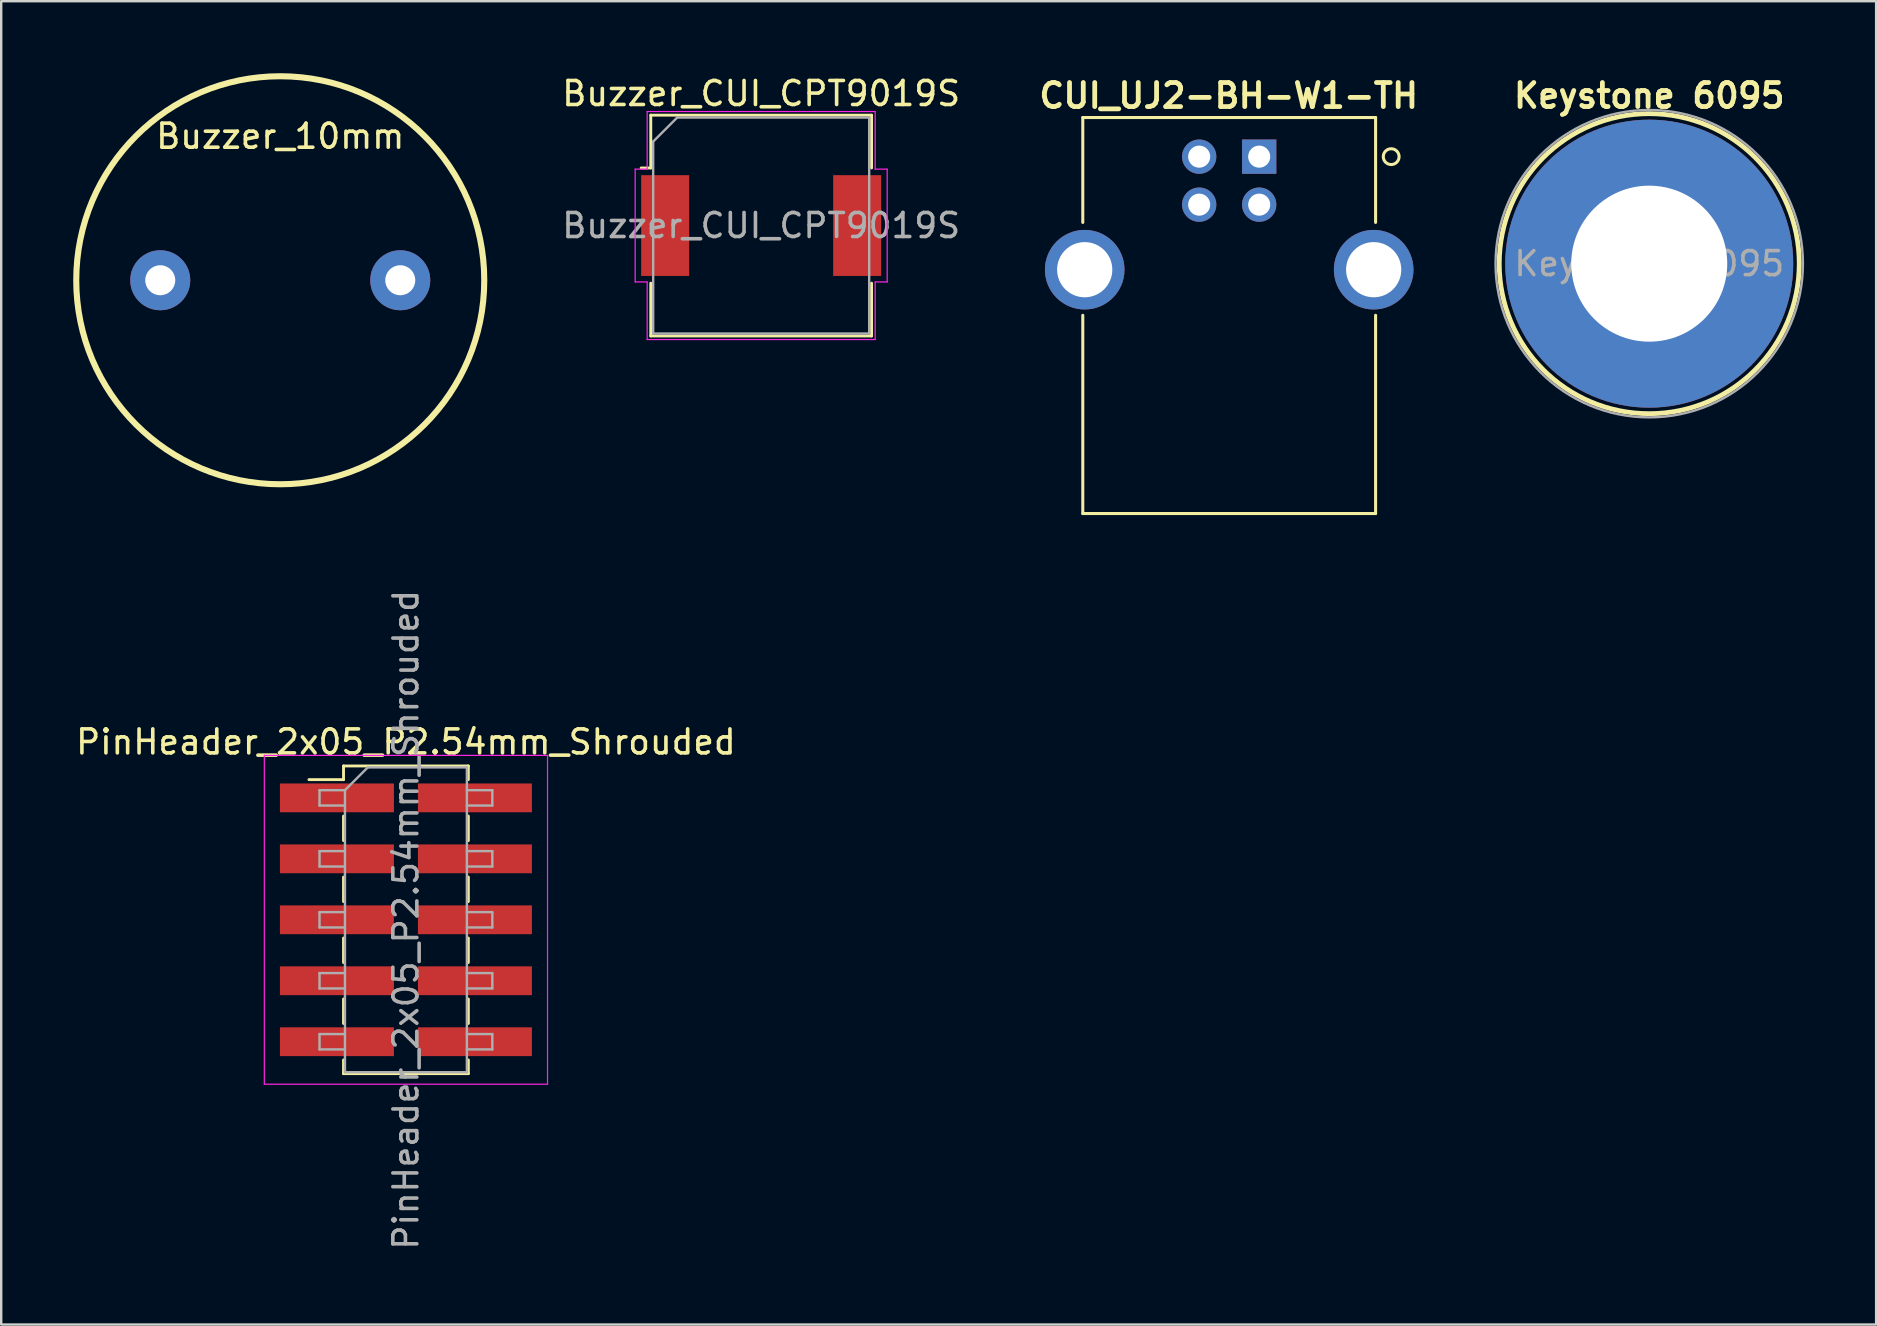
<source format=kicad_pcb>
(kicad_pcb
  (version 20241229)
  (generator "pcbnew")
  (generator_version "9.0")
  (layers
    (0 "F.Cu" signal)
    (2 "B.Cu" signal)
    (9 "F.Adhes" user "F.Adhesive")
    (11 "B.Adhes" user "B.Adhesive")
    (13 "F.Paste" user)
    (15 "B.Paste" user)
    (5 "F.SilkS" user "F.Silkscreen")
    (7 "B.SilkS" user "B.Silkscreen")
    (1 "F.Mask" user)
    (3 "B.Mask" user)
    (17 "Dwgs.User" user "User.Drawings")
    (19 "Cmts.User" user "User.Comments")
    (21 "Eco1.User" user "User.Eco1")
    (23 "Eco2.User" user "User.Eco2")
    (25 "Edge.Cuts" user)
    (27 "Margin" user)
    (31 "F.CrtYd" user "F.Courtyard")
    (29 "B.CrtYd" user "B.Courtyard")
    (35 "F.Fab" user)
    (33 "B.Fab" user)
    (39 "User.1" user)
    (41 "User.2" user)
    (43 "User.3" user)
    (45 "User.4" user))
  (footprint "Keystone 6095"
    (layer "F.Cu")
    (at 65.667 7.936)
    (property "Reference" "Keystone 6095" (at 0 -7 0) (unlocked yes) (layer "F.SilkS") (effects (font (size 1 1) (thickness 0.2) (bold yes))))
    (attr through_hole)
    (fp_circle (center 0 0) (end 6.25 0) (stroke (width 0.2) (type default)) (fill no) (layer "F.SilkS"))
    (fp_circle (center 0 0) (end 4 -5) (stroke (width 0.1) (type default)) (fill no) (layer "F.Fab"))
    (fp_text user "${REFERENCE}" (at 0 0 0) (unlocked yes) (layer "F.Fab") (effects (font (size 1 1) (thickness 0.15))))
    (pad "1" thru_hole circle (at 0 0 90) (size 12 12) (drill 6.5) (layers "*.Cu" "*.Mask")))
  (footprint "Buzzer_CUI_CPT9019S"
    (layer "F.Cu")
    (at 28.665 6.348)
    (property "Reference" "Buzzer_CUI_CPT9019S" (at 0 -5.5 0) (layer "F.SilkS") (effects (font (size 1 1) (thickness 0.15))))
    (attr smd)
    (fp_line (start -4.6 -4.6) (end -4.6 -2.4) (stroke (width 0.12) (type solid)) (layer "F.SilkS"))
    (fp_line (start -4.6 -4.6) (end 4.6 -4.6) (stroke (width 0.12) (type solid)) (layer "F.SilkS"))
    (fp_line (start -4.6 -2.4) (end -5 -2.4) (stroke (width 0.12) (type solid)) (layer "F.SilkS"))
    (fp_line (start -4.6 2.4) (end -4.6 4.6) (stroke (width 0.12) (type solid)) (layer "F.SilkS"))
    (fp_line (start 4.6 -4.6) (end 4.6 -2.4) (stroke (width 0.12) (type solid)) (layer "F.SilkS"))
    (fp_line (start 4.6 2.4) (end 4.6 4.6) (stroke (width 0.12) (type solid)) (layer "F.SilkS"))
    (fp_line (start 4.6 4.6) (end -4.6 4.6) (stroke (width 0.12) (type solid)) (layer "F.SilkS"))
    (fp_line (start -5.25 -2.35) (end -4.75 -2.35) (stroke (width 0.05) (type solid)) (layer "F.CrtYd"))
    (fp_line (start -5.25 2.35) (end -5.25 -2.35) (stroke (width 0.05) (type solid)) (layer "F.CrtYd"))
    (fp_line (start -4.75 -4.75) (end 4.75 -4.75) (stroke (width 0.05) (type solid)) (layer "F.CrtYd"))
    (fp_line (start -4.75 -2.35) (end -4.75 -4.75) (stroke (width 0.05) (type solid)) (layer "F.CrtYd"))
    (fp_line (start -4.75 2.35) (end -5.25 2.35) (stroke (width 0.05) (type solid)) (layer "F.CrtYd"))
    (fp_line (start -4.75 4.75) (end -4.75 2.35) (stroke (width 0.05) (type solid)) (layer "F.CrtYd"))
    (fp_line (start 4.75 -4.75) (end 4.75 -2.35) (stroke (width 0.05) (type solid)) (layer "F.CrtYd"))
    (fp_line (start 4.75 -2.35) (end 5.25 -2.35) (stroke (width 0.05) (type solid)) (layer "F.CrtYd"))
    (fp_line (start 4.75 2.35) (end 4.75 4.75) (stroke (width 0.05) (type solid)) (layer "F.CrtYd"))
    (fp_line (start 4.75 4.75) (end -4.75 4.75) (stroke (width 0.05) (type solid)) (layer "F.CrtYd"))
    (fp_line (start 5.25 -2.35) (end 5.25 2.35) (stroke (width 0.05) (type solid)) (layer "F.CrtYd"))
    (fp_line (start 5.25 2.35) (end 4.75 2.35) (stroke (width 0.05) (type solid)) (layer "F.CrtYd"))
    (fp_line (start -4.5 -3.5) (end -4.5 4.5) (stroke (width 0.1) (type solid)) (layer "F.Fab"))
    (fp_line (start -4.5 4.5) (end 4.5 4.5) (stroke (width 0.1) (type solid)) (layer "F.Fab"))
    (fp_line (start -3.5 -4.5) (end -4.5 -3.5) (stroke (width 0.1) (type solid)) (layer "F.Fab"))
    (fp_line (start 4.5 -4.5) (end -3.5 -4.5) (stroke (width 0.1) (type solid)) (layer "F.Fab"))
    (fp_line (start 4.5 4.5) (end 4.5 -4.5) (stroke (width 0.1) (type solid)) (layer "F.Fab"))
    (fp_text user "${REFERENCE}" (at 0 0 0) (layer "F.Fab") (effects (font (size 1 1) (thickness 0.15))))
    (pad "1" smd rect (at -4 0) (size 2 4.2) (layers "F.Cu" "F.Mask" "F.Paste"))
    (pad "2" smd rect (at 4 0) (size 2 4.2) (layers "F.Cu" "F.Mask" "F.Paste")))
  (footprint "CUI_UJ2-BH-W1-TH"
    (layer "F.Cu")
    (at 49.415 3.477)
    (property "Reference" "CUI_UJ2-BH-W1-TH" (at -1.27 -2.54 0) (layer "F.SilkS") (effects (font (size 1.002 1.002) (thickness 0.2))))
    (attr through_hole)
    (fp_line (start -7.35 -1.63) (end 4.85 -1.63) (stroke (width 0.127) (type solid)) (layer "F.SilkS"))
    (fp_line (start -7.35 2.74) (end -7.35 -1.63) (stroke (width 0.127) (type solid)) (layer "F.SilkS"))
    (fp_line (start -7.35 6.61) (end -7.35 14.87) (stroke (width 0.127) (type solid)) (layer "F.SilkS"))
    (fp_line (start -7.35 14.87) (end 4.85 14.87) (stroke (width 0.127) (type solid)) (layer "F.SilkS"))
    (fp_line (start 4.85 -1.63) (end 4.85 2.74) (stroke (width 0.127) (type solid)) (layer "F.SilkS"))
    (fp_line (start 4.85 14.87) (end 4.85 6.61) (stroke (width 0.127) (type solid)) (layer "F.SilkS"))
    (fp_circle (center 5.5 0) (end 5.829 0) (stroke (width 0.127) (type solid)) (fill no) (layer "F.SilkS"))
    (pad "1" thru_hole rect (at 0 0) (size 1.428 1.428) (drill 0.92) (layers "*.Cu" "*.Mask"))
    (pad "2" thru_hole circle (at -2.5 0) (size 1.428 1.428) (drill 0.92) (layers "*.Cu" "*.Mask"))
    (pad "3" thru_hole circle (at -2.5 2) (size 1.428 1.428) (drill 0.92) (layers "*.Cu" "*.Mask"))
    (pad "4" thru_hole circle (at 0 2) (size 1.428 1.428) (drill 0.92) (layers "*.Cu" "*.Mask"))
    (pad "5" thru_hole circle (at -7.27 4.71) (size 3.316 3.316) (drill 2.3) (layers "*.Cu" "*.Mask"))
    (pad "5" thru_hole circle (at 4.77 4.71) (size 3.316 3.316) (drill 2.3) (layers "*.Cu" "*.Mask")))
  (footprint "PinHeader_2x05_P2.54mm_Shrouded"
    (layer "F.Cu")
    (at 13.863 35.274)
    (property "Reference" "PinHeader_2x05_P2.54mm_Shrouded" (at 0 -7.41 0) (layer "F.SilkS") (effects (font (size 1 1) (thickness 0.15))))
    (attr smd)
    (fp_line (start -4.04 -5.84) (end -2.6 -5.84) (stroke (width 0.12) (type solid)) (layer "F.SilkS"))
    (fp_line (start -2.6 -6.41) (end -2.6 -5.84) (stroke (width 0.12) (type solid)) (layer "F.SilkS"))
    (fp_line (start -2.6 -6.41) (end 2.6 -6.41) (stroke (width 0.12) (type solid)) (layer "F.SilkS"))
    (fp_line (start -2.6 -4.32) (end -2.6 -3.3) (stroke (width 0.12) (type solid)) (layer "F.SilkS"))
    (fp_line (start -2.6 -1.78) (end -2.6 -0.76) (stroke (width 0.12) (type solid)) (layer "F.SilkS"))
    (fp_line (start -2.6 0.76) (end -2.6 1.78) (stroke (width 0.12) (type solid)) (layer "F.SilkS"))
    (fp_line (start -2.6 3.3) (end -2.6 4.32) (stroke (width 0.12) (type solid)) (layer "F.SilkS"))
    (fp_line (start -2.6 5.84) (end -2.6 6.41) (stroke (width 0.12) (type solid)) (layer "F.SilkS"))
    (fp_line (start -2.6 6.41) (end 2.6 6.41) (stroke (width 0.12) (type solid)) (layer "F.SilkS"))
    (fp_line (start 2.6 -6.41) (end 2.6 -5.84) (stroke (width 0.12) (type solid)) (layer "F.SilkS"))
    (fp_line (start 2.6 -4.32) (end 2.6 -3.3) (stroke (width 0.12) (type solid)) (layer "F.SilkS"))
    (fp_line (start 2.6 -1.78) (end 2.6 -0.76) (stroke (width 0.12) (type solid)) (layer "F.SilkS"))
    (fp_line (start 2.6 0.76) (end 2.6 1.78) (stroke (width 0.12) (type solid)) (layer "F.SilkS"))
    (fp_line (start 2.6 3.3) (end 2.6 4.32) (stroke (width 0.12) (type solid)) (layer "F.SilkS"))
    (fp_line (start 2.6 5.84) (end 2.6 6.41) (stroke (width 0.12) (type solid)) (layer "F.SilkS"))
    (fp_line (start -5.9 -6.85) (end -5.9 6.85) (stroke (width 0.05) (type solid)) (layer "F.CrtYd"))
    (fp_line (start -5.9 6.85) (end 5.9 6.85) (stroke (width 0.05) (type solid)) (layer "F.CrtYd"))
    (fp_line (start 5.9 -6.85) (end -5.9 -6.85) (stroke (width 0.05) (type solid)) (layer "F.CrtYd"))
    (fp_line (start 5.9 6.85) (end 5.9 -6.85) (stroke (width 0.05) (type solid)) (layer "F.CrtYd"))
    (fp_line (start -3.6 -5.4) (end -3.6 -4.76) (stroke (width 0.1) (type solid)) (layer "F.Fab"))
    (fp_line (start -3.6 -4.76) (end -2.54 -4.76) (stroke (width 0.1) (type solid)) (layer "F.Fab"))
    (fp_line (start -3.6 -2.86) (end -3.6 -2.22) (stroke (width 0.1) (type solid)) (layer "F.Fab"))
    (fp_line (start -3.6 -2.22) (end -2.54 -2.22) (stroke (width 0.1) (type solid)) (layer "F.Fab"))
    (fp_line (start -3.6 -0.32) (end -3.6 0.32) (stroke (width 0.1) (type solid)) (layer "F.Fab"))
    (fp_line (start -3.6 0.32) (end -2.54 0.32) (stroke (width 0.1) (type solid)) (layer "F.Fab"))
    (fp_line (start -3.6 2.22) (end -3.6 2.86) (stroke (width 0.1) (type solid)) (layer "F.Fab"))
    (fp_line (start -3.6 2.86) (end -2.54 2.86) (stroke (width 0.1) (type solid)) (layer "F.Fab"))
    (fp_line (start -3.6 4.76) (end -3.6 5.4) (stroke (width 0.1) (type solid)) (layer "F.Fab"))
    (fp_line (start -3.6 5.4) (end -2.54 5.4) (stroke (width 0.1) (type solid)) (layer "F.Fab"))
    (fp_line (start -2.54 -5.4) (end -3.6 -5.4) (stroke (width 0.1) (type solid)) (layer "F.Fab"))
    (fp_line (start -2.54 -5.4) (end -1.59 -6.35) (stroke (width 0.1) (type solid)) (layer "F.Fab"))
    (fp_line (start -2.54 -2.86) (end -3.6 -2.86) (stroke (width 0.1) (type solid)) (layer "F.Fab"))
    (fp_line (start -2.54 -0.32) (end -3.6 -0.32) (stroke (width 0.1) (type solid)) (layer "F.Fab"))
    (fp_line (start -2.54 2.22) (end -3.6 2.22) (stroke (width 0.1) (type solid)) (layer "F.Fab"))
    (fp_line (start -2.54 4.76) (end -3.6 4.76) (stroke (width 0.1) (type solid)) (layer "F.Fab"))
    (fp_line (start -2.54 6.35) (end -2.54 -5.4) (stroke (width 0.1) (type solid)) (layer "F.Fab"))
    (fp_line (start -1.59 -6.35) (end 2.54 -6.35) (stroke (width 0.1) (type solid)) (layer "F.Fab"))
    (fp_line (start 2.54 -6.35) (end 2.54 6.35) (stroke (width 0.1) (type solid)) (layer "F.Fab"))
    (fp_line (start 2.54 -5.4) (end 3.6 -5.4) (stroke (width 0.1) (type solid)) (layer "F.Fab"))
    (fp_line (start 2.54 -2.86) (end 3.6 -2.86) (stroke (width 0.1) (type solid)) (layer "F.Fab"))
    (fp_line (start 2.54 -0.32) (end 3.6 -0.32) (stroke (width 0.1) (type solid)) (layer "F.Fab"))
    (fp_line (start 2.54 2.22) (end 3.6 2.22) (stroke (width 0.1) (type solid)) (layer "F.Fab"))
    (fp_line (start 2.54 4.76) (end 3.6 4.76) (stroke (width 0.1) (type solid)) (layer "F.Fab"))
    (fp_line (start 2.54 6.35) (end -2.54 6.35) (stroke (width 0.1) (type solid)) (layer "F.Fab"))
    (fp_line (start 3.6 -5.4) (end 3.6 -4.76) (stroke (width 0.1) (type solid)) (layer "F.Fab"))
    (fp_line (start 3.6 -4.76) (end 2.54 -4.76) (stroke (width 0.1) (type solid)) (layer "F.Fab"))
    (fp_line (start 3.6 -2.86) (end 3.6 -2.22) (stroke (width 0.1) (type solid)) (layer "F.Fab"))
    (fp_line (start 3.6 -2.22) (end 2.54 -2.22) (stroke (width 0.1) (type solid)) (layer "F.Fab"))
    (fp_line (start 3.6 -0.32) (end 3.6 0.32) (stroke (width 0.1) (type solid)) (layer "F.Fab"))
    (fp_line (start 3.6 0.32) (end 2.54 0.32) (stroke (width 0.1) (type solid)) (layer "F.Fab"))
    (fp_line (start 3.6 2.22) (end 3.6 2.86) (stroke (width 0.1) (type solid)) (layer "F.Fab"))
    (fp_line (start 3.6 2.86) (end 2.54 2.86) (stroke (width 0.1) (type solid)) (layer "F.Fab"))
    (fp_line (start 3.6 4.76) (end 3.6 5.4) (stroke (width 0.1) (type solid)) (layer "F.Fab"))
    (fp_line (start 3.6 5.4) (end 2.54 5.4) (stroke (width 0.1) (type solid)) (layer "F.Fab"))
    (fp_text user "${REFERENCE}" (at 0 0 90) (layer "F.Fab") (effects (font (size 1 1) (thickness 0.15))))
    (pad "1" smd rect (at -2.875 -5.08) (size 4.75 1.2) (layers "F.Cu" "F.Mask" "F.Paste"))
    (pad "2" smd rect (at 2.875 -5.08) (size 4.75 1.2) (layers "F.Cu" "F.Mask" "F.Paste"))
    (pad "3" smd rect (at -2.875 -2.54) (size 4.75 1.2) (layers "F.Cu" "F.Mask" "F.Paste"))
    (pad "4" smd rect (at 2.875 -2.54) (size 4.75 1.2) (layers "F.Cu" "F.Mask" "F.Paste"))
    (pad "5" smd rect (at -2.875 0) (size 4.75 1.2) (layers "F.Cu" "F.Mask" "F.Paste"))
    (pad "6" smd rect (at 2.875 0) (size 4.75 1.2) (layers "F.Cu" "F.Mask" "F.Paste"))
    (pad "7" smd rect (at -2.875 2.54) (size 4.75 1.2) (layers "F.Cu" "F.Mask" "F.Paste"))
    (pad "8" smd rect (at 2.875 2.54) (size 4.75 1.2) (layers "F.Cu" "F.Mask" "F.Paste"))
    (pad "9" smd rect (at -2.875 5.08) (size 4.75 1.2) (layers "F.Cu" "F.Mask" "F.Paste"))
    (pad "10" smd rect (at 2.875 5.08) (size 4.75 1.2) (layers "F.Cu" "F.Mask" "F.Paste")))
  (footprint "Buzzer_10mm"
    (layer "F.Cu")
    (at 8.627 8.627)
    (property "Reference" "Buzzer_10mm" (at 0 -6 0) (layer "F.SilkS") (effects (font (size 1 1) (thickness 0.15))))
    (attr through_hole)
    (fp_circle (center 0 0) (end 8.5 0) (stroke (width 0.254) (type solid)) (fill no) (layer "F.SilkS"))
    (pad "1" thru_hole circle (at -5 0) (size 2.5 2.5) (drill 1.25) (layers "*.Cu" "*.Mask"))
    (pad "2" thru_hole circle (at 5 0) (size 2.5 2.5) (drill 1.25) (layers "*.Cu" "*.Mask")))
  (gr_rect
    (start -3 -3)
    (end 75.12 52.137)
    (stroke (width 0.1) (type default))
    (fill no)
    (layer "Edge.Cuts")))
</source>
